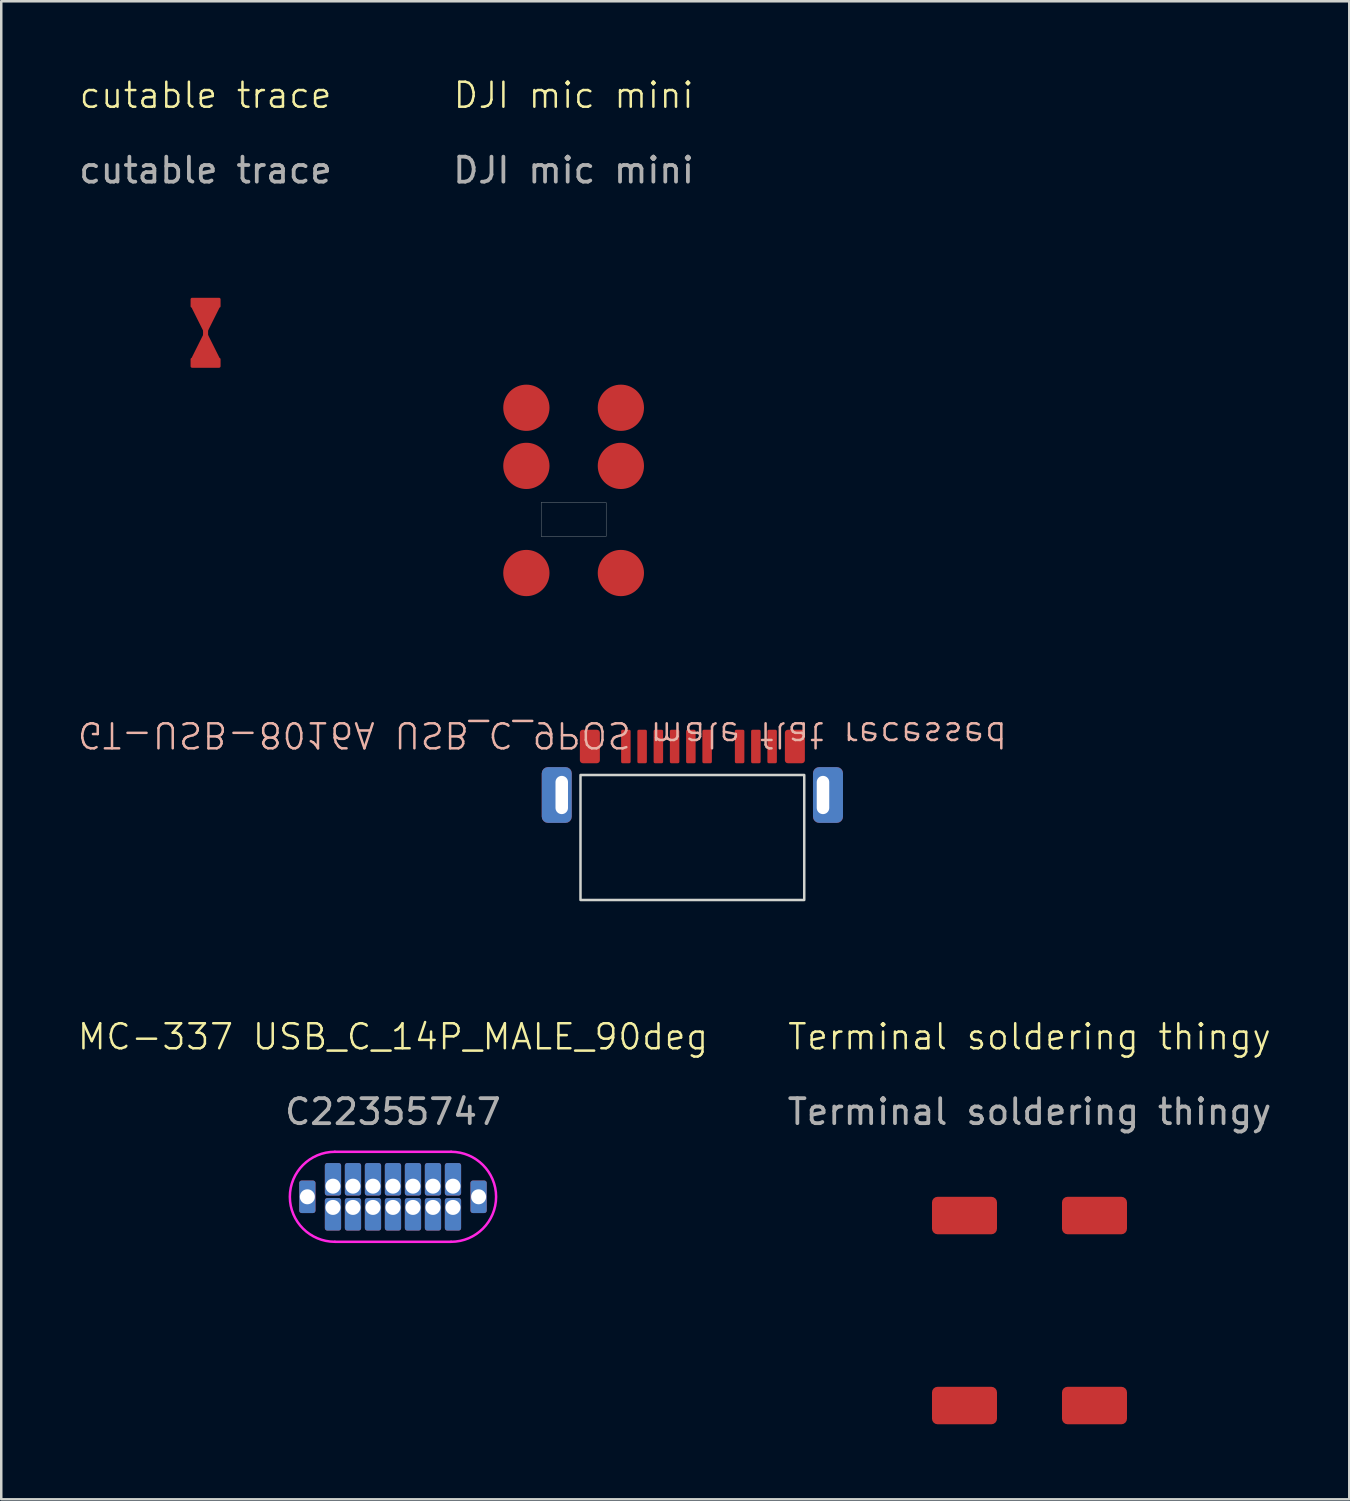
<source format=kicad_pcb>
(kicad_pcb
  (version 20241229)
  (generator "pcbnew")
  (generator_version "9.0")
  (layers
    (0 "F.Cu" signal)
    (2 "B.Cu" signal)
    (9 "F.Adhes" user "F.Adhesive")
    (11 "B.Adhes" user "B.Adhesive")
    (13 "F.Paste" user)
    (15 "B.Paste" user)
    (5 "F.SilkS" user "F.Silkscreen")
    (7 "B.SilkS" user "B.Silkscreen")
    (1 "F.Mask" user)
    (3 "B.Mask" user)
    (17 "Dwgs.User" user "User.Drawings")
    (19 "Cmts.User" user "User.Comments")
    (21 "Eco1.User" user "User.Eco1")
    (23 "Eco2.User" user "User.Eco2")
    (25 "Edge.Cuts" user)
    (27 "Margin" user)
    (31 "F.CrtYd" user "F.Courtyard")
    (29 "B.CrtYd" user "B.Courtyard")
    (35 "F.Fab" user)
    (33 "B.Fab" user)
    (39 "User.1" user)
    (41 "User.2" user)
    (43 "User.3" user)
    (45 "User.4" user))
  (footprint "cutable trace"
    (layer "F.Cu")
    (at 5.173 10.261)
    (property "Reference" "cutable trace" (at 0 -9.5 0) (unlocked yes) (layer "F.SilkS") (effects (font (size 1 1) (thickness 0.1))))
    (attr smd)
    (fp_line (start 0 1.2) (end 0 -1.2) (stroke (width 0.2) (type solid)) (layer "F.Cu"))
    (fp_poly (pts (xy -0.5 -1) (xy 0 0) (xy 0.5 -1)) (stroke (width 0.1) (type solid)) (fill yes) (layer "F.Cu"))
    (fp_poly (pts (xy 0.5 1) (xy 0 0) (xy -0.5 1)) (stroke (width 0.1) (type solid)) (fill yes) (layer "F.Cu"))
    (fp_text user "${REFERENCE}" (at 0 -6.5 0) (unlocked yes) (layer "F.Fab") (effects (font (size 1 1) (thickness 0.15))))
    (pad "1" smd roundrect (at 0 -1.2) (size 1.2 0.4) (layers "F.Cu" "F.Mask" "F.Paste") (roundrect_rratio 0.15))
    (pad "2" smd roundrect (at 0 1.2) (size 1.2 0.4) (layers "F.Cu" "F.Mask" "F.Paste") (roundrect_rratio 0.15)))
  (footprint "DJI mic mini"
    (layer "F.Cu")
    (at 19.895 13.261)
    (property "Reference" "DJI mic mini" (at 0 -12.5 0) (unlocked yes) (layer "F.SilkS") (effects (font (size 1 1) (thickness 0.1))))
    (attr smd)
    (fp_rect (start -1.3 3.788) (end 1.3 5.147) (stroke (width 0.01) (type solid)) (fill no) (layer "Edge.Cuts"))
    (fp_rect (start -6.5 -2.81) (end 6.5 8.69) (stroke (width 0.1) (type solid)) (fill no) (layer "User.3"))
    (fp_text user "${REFERENCE}" (at 0 -9.5 0) (unlocked yes) (layer "F.Fab") (effects (font (size 1 1) (thickness 0.15))))
    (pad "1" smd circle (at 1.89 0) (size 1.85 1.85) (layers "F.Cu" "F.Mask" "F.Paste"))
    (pad "2" smd circle (at 1.89 2.325) (size 1.85 1.85) (layers "F.Cu" "F.Mask" "F.Paste"))
    (pad "3" smd circle (at 1.89 6.61) (size 1.85 1.85) (layers "F.Cu" "F.Mask" "F.Paste"))
    (pad "4" smd circle (at -1.89 0) (size 1.85 1.85) (layers "F.Cu" "F.Mask" "F.Paste"))
    (pad "5" smd circle (at -1.89 2.325) (size 1.85 1.85) (layers "F.Cu" "F.Mask" "F.Paste"))
    (pad "6" smd circle (at -1.89 6.61) (size 1.85 1.85) (layers "F.Cu" "F.Mask" "F.Paste")))
  (footprint "Terminal soldering thingy"
    (layer "F.Cu")
    (at 38.13 38.922)
    (property "Reference" "Terminal soldering thingy" (at 0 -0.5 0) (unlocked yes) (layer "F.SilkS") (effects (font (size 1 1) (thickness 0.1))))
    (attr smd)
    (fp_text user "${REFERENCE}" (at 0 2.5 0) (unlocked yes) (layer "F.Fab") (effects (font (size 1 1) (thickness 0.15))))
    (pad "1" smd roundrect (at -2.6 6.65) (size 2.6 1.5) (layers "F.Cu" "F.Mask" "F.Paste") (roundrect_rratio 0.15))
    (pad "1" smd roundrect (at -2.6 14.25) (size 2.6 1.5) (layers "F.Cu" "F.Mask" "F.Paste") (roundrect_rratio 0.15))
    (pad "1" smd roundrect (at 2.6 6.65) (size 2.6 1.5) (layers "F.Cu" "F.Mask" "F.Paste") (roundrect_rratio 0.15))
    (pad "1" smd roundrect (at 2.6 14.25) (size 2.6 1.5) (layers "F.Cu" "F.Mask" "F.Paste") (roundrect_rratio 0.15)))
  (footprint "MC-337 USB_C_14P_MALE_90deg"
    (layer "F.Cu")
    (at 12.669 44.822)
    (property "Reference" "MC-337 USB_C_14P_MALE_90deg" (at 0 -6.4 0) (unlocked yes) (layer "F.SilkS") (effects (font (size 1 1) (thickness 0.1))))
    (attr smd)
    (fp_line (start -2.325 -1.8) (end 2.325 -1.8) (stroke (width 0.1) (type solid)) (layer "F.CrtYd"))
    (fp_line (start 2.325 1.8) (end -2.325 1.8) (stroke (width 0.1) (type solid)) (layer "F.CrtYd"))
    (fp_arc (start -2.325 1.8) (mid -4.125 0) (end -2.325 -1.8) (stroke (width 0.1) (type solid)) (layer "F.CrtYd"))
    (fp_arc (start 2.325 -1.8) (mid 4.125 0) (end 2.325 1.8) (stroke (width 0.1) (type solid)) (layer "F.CrtYd"))
    (fp_text user "C22355747" (at 0 -3.4 0) (unlocked yes) (layer "F.Fab") (effects (font (size 1 1) (thickness 0.15))))
    (pad "A1" thru_hole roundrect (at -3.425 0) (size 0.65 1.3) (drill 0.6) (layers "*.Cu" "*.Mask") (roundrect_rratio 0.15))
    (pad "A1" thru_hole roundrect (at -2.4 0.425) (size 0.65 1.3) (drill 0.6 (offset 0 0.275)) (layers "*.Cu" "*.Mask") (roundrect_rratio 0.15))
    (pad "A1" thru_hole roundrect (at 3.425 0) (size 0.65 1.3) (drill 0.6) (layers "*.Cu" "*.Mask") (roundrect_rratio 0.15))
    (pad "A4" thru_hole roundrect (at -1.6 0.425) (size 0.65 1.3) (drill 0.6 (offset 0 0.275)) (layers "*.Cu" "*.Mask") (roundrect_rratio 0.15))
    (pad "A5" thru_hole roundrect (at -0.8 0.425) (size 0.65 1.3) (drill 0.6 (offset 0 0.275)) (layers "*.Cu" "*.Mask") (roundrect_rratio 0.15))
    (pad "A6" thru_hole roundrect (at 0 0.425) (size 0.65 1.3) (drill 0.6 (offset 0 0.275)) (layers "*.Cu" "*.Mask") (roundrect_rratio 0.15))
    (pad "A7" thru_hole roundrect (at 0.8 0.425) (size 0.65 1.3) (drill 0.6 (offset 0 0.275)) (layers "*.Cu" "*.Mask") (roundrect_rratio 0.15))
    (pad "A9" thru_hole roundrect (at 1.6 0.425) (size 0.65 1.3) (drill 0.6 (offset 0 0.275)) (layers "*.Cu" "*.Mask") (roundrect_rratio 0.15))
    (pad "A12" thru_hole roundrect (at 2.4 0.425) (size 0.65 1.3) (drill 0.6 (offset 0 0.275)) (layers "*.Cu" "*.Mask") (roundrect_rratio 0.15))
    (pad "B1" thru_hole roundrect (at 2.4 -0.425) (size 0.65 1.3) (drill 0.6 (offset 0 -0.275)) (layers "*.Cu" "*.Mask") (roundrect_rratio 0.15))
    (pad "B4" thru_hole roundrect (at 1.6 -0.425) (size 0.65 1.3) (drill 0.6 (offset 0 -0.275)) (layers "*.Cu" "*.Mask") (roundrect_rratio 0.15))
    (pad "B5" thru_hole roundrect (at 0.8 -0.425) (size 0.65 1.3) (drill 0.6 (offset 0 -0.275)) (layers "*.Cu" "*.Mask") (roundrect_rratio 0.15))
    (pad "B6" thru_hole roundrect (at 0 -0.425) (size 0.65 1.3) (drill 0.6 (offset 0 -0.275)) (layers "*.Cu" "*.Mask") (roundrect_rratio 0.15))
    (pad "B7" thru_hole roundrect (at -0.8 -0.425) (size 0.65 1.3) (drill 0.6 (offset 0 -0.275)) (layers "*.Cu" "*.Mask") (roundrect_rratio 0.15))
    (pad "B9" thru_hole roundrect (at -1.6 -0.425) (size 0.65 1.3) (drill 0.6 (offset 0 -0.275)) (layers "*.Cu" "*.Mask") (roundrect_rratio 0.15))
    (pad "B12" thru_hole roundrect (at -2.4 -0.425) (size 0.65 1.3) (drill 0.6 (offset 0 -0.275)) (layers "*.Cu" "*.Mask") (roundrect_rratio 0.15)))
  (footprint "GT-USB-8016A USB_C_9POS male flat recessed"
    (layer "F.Cu")
    (at 24.645 25.25)
    (property "Reference" "GT-USB-8016A USB_C_9POS male flat recessed" (at -6 1.09 180) (unlocked yes) (layer "B.SilkS") (effects (font (size 1 1) (thickness 0.1)) (justify mirror)))
    (attr smd)
    (fp_rect (start -4.475 2.7) (end 4.475 7.7) (stroke (width 0.1) (type solid)) (fill no) (layer "Edge.Cuts"))
    (fp_text user "cut this part out because the conenctor is recessed" (at -20.6 9.19 0) (unlocked yes) (layer "User.3") (effects (font (size 1 1) (thickness 0.1)) (justify left bottom)))
    (pad "A1" smd roundrect (at -4.1 1.56) (size 0.8 1.34) (layers "F.Cu" "F.Mask" "F.Paste") (roundrect_rratio 0.15))
    (pad "A1" smd roundrect (at 3.19 1.56) (size 0.38 1.34) (layers "F.Cu" "F.Mask" "F.Paste") (roundrect_rratio 0.15))
    (pad "A1" smd roundrect (at 4.1 1.56) (size 0.8 1.34) (layers "F.Cu" "F.Mask" "F.Paste") (roundrect_rratio 0.15))
    (pad "A2" smd roundrect (at 2.54 1.56) (size 0.38 1.34) (layers "F.Cu" "F.Mask" "F.Paste") (roundrect_rratio 0.15))
    (pad "A3" smd roundrect (at 1.89 1.56) (size 0.38 1.34) (layers "F.Cu" "F.Mask" "F.Paste") (roundrect_rratio 0.15))
    (pad "A5" smd roundrect (at 0.59 1.56) (size 0.38 1.34) (layers "F.Cu" "F.Mask" "F.Paste") (roundrect_rratio 0.15))
    (pad "A6" smd roundrect (at -0.06 1.56) (size 0.38 1.34) (layers "F.Cu" "F.Mask" "F.Paste") (roundrect_rratio 0.15))
    (pad "A7" smd roundrect (at -0.71 1.56) (size 0.38 1.34) (layers "F.Cu" "F.Mask" "F.Paste") (roundrect_rratio 0.15))
    (pad "A9" smd roundrect (at -1.36 1.56) (size 0.38 1.34) (layers "F.Cu" "F.Mask" "F.Paste") (roundrect_rratio 0.15))
    (pad "B10" smd roundrect (at -2.66 1.56) (size 0.38 1.34) (layers "F.Cu" "F.Mask" "F.Paste") (roundrect_rratio 0.15))
    (pad "B11" smd roundrect (at -2.01 1.56) (size 0.38 1.34) (layers "F.Cu" "F.Mask" "F.Paste") (roundrect_rratio 0.15))
    (pad "S1" thru_hole roundrect (at -5.225 3.5) (size 1.2 2.23) (drill oval 0.5 1.53 (offset -0.2 0)) (layers "*.Cu" "*.Mask") (roundrect_rratio 0.208))
    (pad "S1" thru_hole roundrect (at 5.225 3.5) (size 1.2 2.23) (drill oval 0.5 1.53 (offset 0.2 0)) (layers "*.Cu" "*.Mask") (roundrect_rratio 0.208)))
  (gr_rect
    (start -3 -3)
    (end 50.921 56.922)
    (stroke (width 0.1) (type default))
    (fill no)
    (layer "Edge.Cuts")))
</source>
